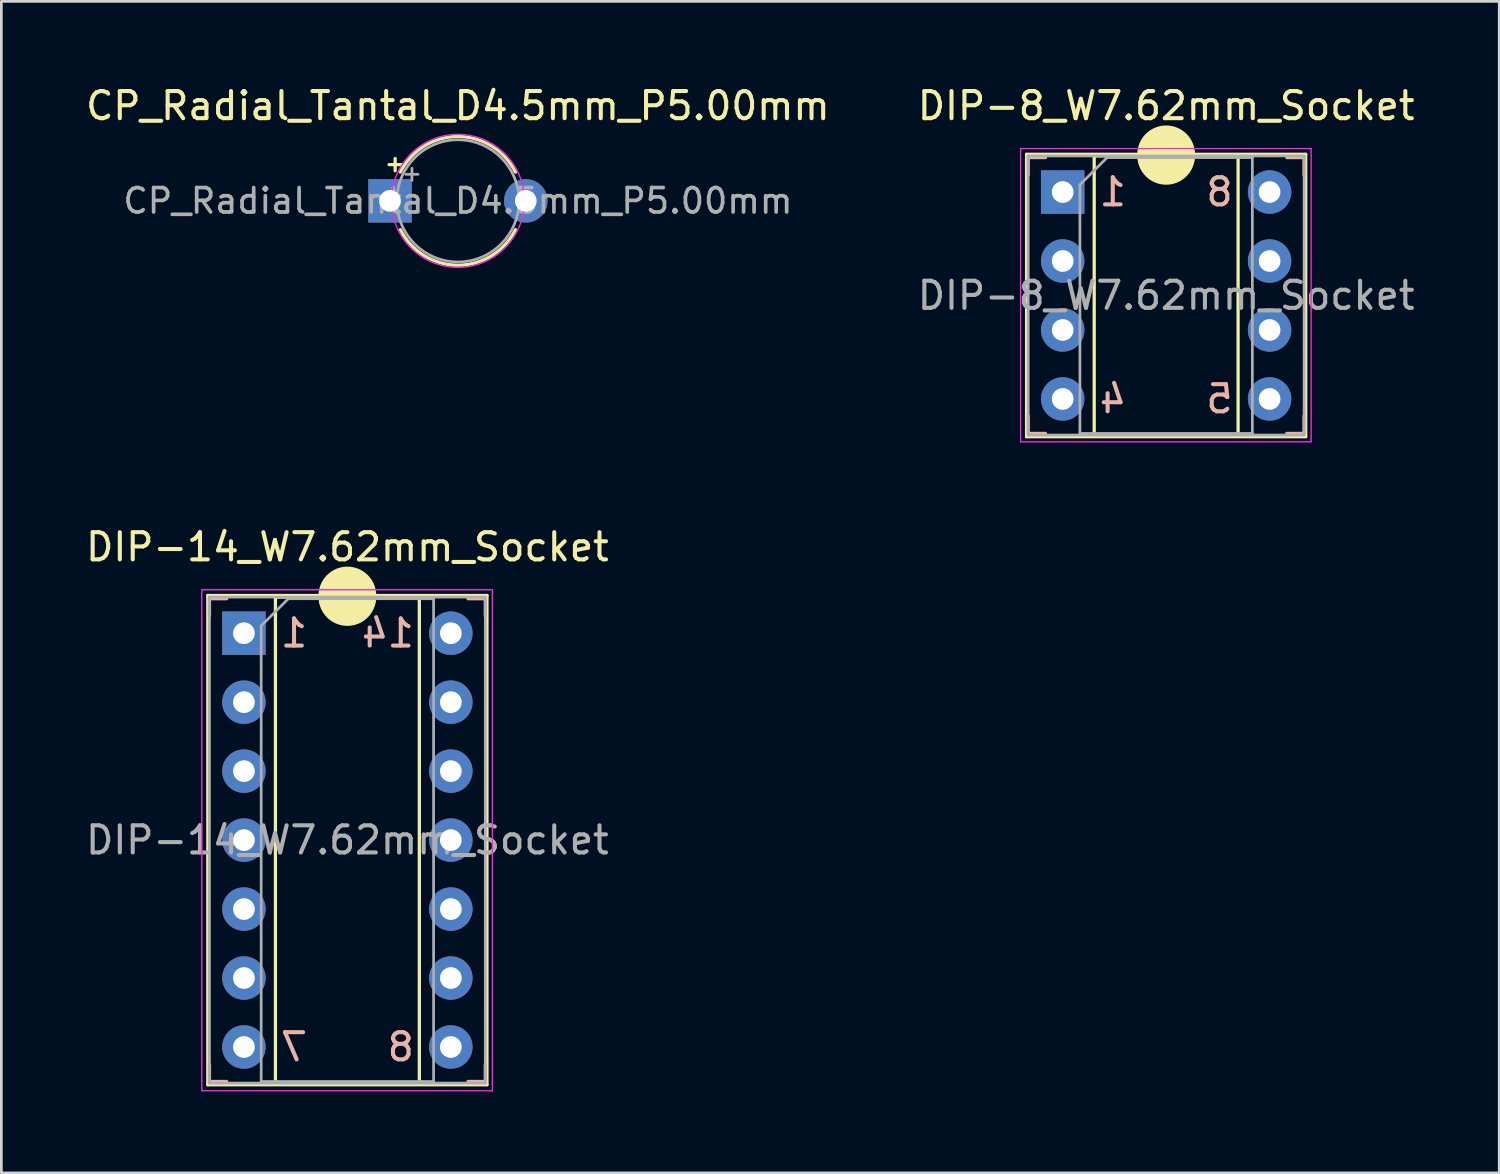
<source format=kicad_pcb>
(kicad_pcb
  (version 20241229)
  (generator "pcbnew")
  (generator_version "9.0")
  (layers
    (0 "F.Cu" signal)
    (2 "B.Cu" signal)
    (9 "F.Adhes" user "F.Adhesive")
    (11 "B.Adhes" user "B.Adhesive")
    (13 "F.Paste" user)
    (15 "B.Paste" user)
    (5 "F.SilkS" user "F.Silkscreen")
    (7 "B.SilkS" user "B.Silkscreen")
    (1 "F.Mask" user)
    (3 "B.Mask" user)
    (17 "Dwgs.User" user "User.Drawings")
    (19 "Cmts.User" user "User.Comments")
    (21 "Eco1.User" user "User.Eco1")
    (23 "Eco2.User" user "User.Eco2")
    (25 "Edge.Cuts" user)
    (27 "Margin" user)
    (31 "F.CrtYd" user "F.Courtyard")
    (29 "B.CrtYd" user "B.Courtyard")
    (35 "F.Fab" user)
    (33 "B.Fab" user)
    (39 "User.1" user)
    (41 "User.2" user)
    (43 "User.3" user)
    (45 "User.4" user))
  (footprint "CP_Radial_Tantal_D4.5mm_P5.00mm"
    (layer "F.Cu")
    (at 11.315 4.348)
    (property "Reference" "CP_Radial_Tantal_D4.5mm_P5.00mm" (at 2.5 -3.5 0) (layer "F.SilkS") (effects (font (size 1 1) (thickness 0.15))))
    (attr through_hole)
    (fp_line (start -0.037 -1.335) (end 0.413 -1.335) (stroke (width 0.12) (type solid)) (layer "F.SilkS"))
    (fp_line (start 0.188 -1.56) (end 0.188 -1.11) (stroke (width 0.12) (type solid)) (layer "F.SilkS"))
    (fp_arc (start 0.380259 -1.06) (mid 2.5 -2.37) (end 4.619741 -1.06) (stroke (width 0.12) (type solid)) (layer "F.SilkS"))
    (fp_arc (start 4.619741 1.06) (mid 2.5 2.37) (end 0.380259 1.06) (stroke (width 0.12) (type solid)) (layer "F.SilkS"))
    (fp_circle (center 2.5 0) (end 4.95 0) (stroke (width 0.05) (type solid)) (fill no) (layer "F.CrtYd"))
    (fp_line (start 0.582 -0.978) (end 1.032 -0.978) (stroke (width 0.1) (type solid)) (layer "F.Fab"))
    (fp_line (start 0.807 -1.202) (end 0.807 -0.752) (stroke (width 0.1) (type solid)) (layer "F.Fab"))
    (fp_circle (center 2.5 0) (end 4.75 0) (stroke (width 0.1) (type solid)) (fill no) (layer "F.Fab"))
    (fp_text user "${REFERENCE}" (at 2.5 0 0) (layer "F.Fab") (effects (font (size 0.9 0.9) (thickness 0.135))))
    (pad "1" thru_hole rect (at 0 0) (size 1.6 1.6) (drill 0.8) (layers "*.Cu" "*.Mask"))
    (pad "2" thru_hole circle (at 5 0) (size 1.6 1.6) (drill 0.8) (layers "*.Cu" "*.Mask")))
  (footprint "DIP-8_W7.62mm_Socket"
    (layer "F.Cu")
    (at 36.089 4.023)
    (property "Reference" "DIP-8_W7.62mm_Socket" (at 3.81 -3.175 0) (layer "F.SilkS") (effects (font (size 1 1) (thickness 0.15))))
    (attr through_hole)
    (fp_line (start -1.33 -1.39) (end -1.33 9.01) (stroke (width 0.12) (type solid)) (layer "F.SilkS"))
    (fp_line (start -1.33 9.01) (end 8.95 9.01) (stroke (width 0.12) (type solid)) (layer "F.SilkS"))
    (fp_line (start 1.16 -1.33) (end 1.16 8.95) (stroke (width 0.12) (type solid)) (layer "F.SilkS"))
    (fp_line (start 1.16 8.95) (end 6.46 8.95) (stroke (width 0.12) (type solid)) (layer "F.SilkS"))
    (fp_line (start 2.81 -1.33) (end 1.16 -1.33) (stroke (width 0.12) (type solid)) (layer "F.SilkS"))
    (fp_line (start 6.46 -1.33) (end 4.81 -1.33) (stroke (width 0.12) (type solid)) (layer "F.SilkS"))
    (fp_line (start 6.46 8.95) (end 6.46 -1.33) (stroke (width 0.12) (type solid)) (layer "F.SilkS"))
    (fp_line (start 8.95 -1.39) (end -1.33 -1.39) (stroke (width 0.12) (type solid)) (layer "F.SilkS"))
    (fp_line (start 8.95 9.01) (end 8.95 -1.39) (stroke (width 0.12) (type solid)) (layer "F.SilkS"))
    (fp_arc (start 4.81 -1.33) (mid 3.81 -0.33) (end 2.81 -1.33) (stroke (width 0.12) (type solid)) (layer "F.SilkS"))
    (fp_circle (center 3.81 -1.39) (end 4.812 -1.39) (stroke (width 0.12) (type solid)) (fill yes) (layer "F.SilkS"))
    (fp_line (start -1.27 -1.27) (end -0.635 -1.27) (stroke (width 0.12) (type solid)) (layer "B.SilkS"))
    (fp_line (start -1.27 -0.635) (end -1.27 -1.27) (stroke (width 0.12) (type solid)) (layer "B.SilkS"))
    (fp_line (start -1.27 8.255) (end -1.27 8.89) (stroke (width 0.12) (type solid)) (layer "B.SilkS"))
    (fp_line (start -1.27 8.89) (end -0.635 8.89) (stroke (width 0.12) (type solid)) (layer "B.SilkS"))
    (fp_line (start 8.255 -1.27) (end 8.89 -1.27) (stroke (width 0.12) (type solid)) (layer "B.SilkS"))
    (fp_line (start 8.89 -1.27) (end 8.89 -0.635) (stroke (width 0.12) (type solid)) (layer "B.SilkS"))
    (fp_line (start 8.89 8.255) (end 8.89 8.89) (stroke (width 0.12) (type solid)) (layer "B.SilkS"))
    (fp_line (start 8.89 8.89) (end 8.255 8.89) (stroke (width 0.12) (type solid)) (layer "B.SilkS"))
    (fp_line (start -1.55 -1.6) (end -1.55 9.2) (stroke (width 0.05) (type solid)) (layer "F.CrtYd"))
    (fp_line (start -1.55 9.2) (end 9.15 9.2) (stroke (width 0.05) (type solid)) (layer "F.CrtYd"))
    (fp_line (start 9.15 -1.6) (end -1.55 -1.6) (stroke (width 0.05) (type solid)) (layer "F.CrtYd"))
    (fp_line (start 9.15 9.2) (end 9.15 -1.6) (stroke (width 0.05) (type solid)) (layer "F.CrtYd"))
    (fp_line (start -1.27 -1.33) (end -1.27 8.95) (stroke (width 0.1) (type solid)) (layer "F.Fab"))
    (fp_line (start -1.27 8.95) (end 8.89 8.95) (stroke (width 0.1) (type solid)) (layer "F.Fab"))
    (fp_line (start 0.635 -0.27) (end 1.635 -1.27) (stroke (width 0.1) (type solid)) (layer "F.Fab"))
    (fp_line (start 0.635 8.89) (end 0.635 -0.27) (stroke (width 0.1) (type solid)) (layer "F.Fab"))
    (fp_line (start 1.635 -1.27) (end 6.985 -1.27) (stroke (width 0.1) (type solid)) (layer "F.Fab"))
    (fp_line (start 6.985 -1.27) (end 6.985 8.89) (stroke (width 0.1) (type solid)) (layer "F.Fab"))
    (fp_line (start 6.985 8.89) (end 0.635 8.89) (stroke (width 0.1) (type solid)) (layer "F.Fab"))
    (fp_line (start 8.89 -1.33) (end -1.27 -1.33) (stroke (width 0.1) (type solid)) (layer "F.Fab"))
    (fp_line (start 8.89 8.95) (end 8.89 -1.33) (stroke (width 0.1) (type solid)) (layer "F.Fab"))
    (fp_text user "8" (at 6.35 0 0) (unlocked yes) (layer "B.SilkS") (effects (font (size 1 1) (thickness 0.15)) (justify left mirror)))
    (fp_text user "1" (at 1.27 0 0) (unlocked yes) (layer "B.SilkS") (effects (font (size 1 1) (thickness 0.15)) (justify right mirror)))
    (fp_text user "4" (at 1.27 7.62 0) (unlocked yes) (layer "B.SilkS") (effects (font (size 1 1) (thickness 0.15)) (justify right mirror)))
    (fp_text user "5" (at 6.35 7.62 0) (unlocked yes) (layer "B.SilkS") (effects (font (size 1 1) (thickness 0.15)) (justify left mirror)))
    (fp_text user "${REFERENCE}" (at 3.81 3.81 0) (layer "F.Fab") (effects (font (size 1 1) (thickness 0.15))))
    (pad "1" thru_hole rect (at 0 0) (size 1.6 1.6) (drill 0.8) (layers "*.Cu" "*.Mask"))
    (pad "2" thru_hole oval (at 0 2.54) (size 1.6 1.6) (drill 0.8) (layers "*.Cu" "*.Mask"))
    (pad "3" thru_hole oval (at 0 5.08) (size 1.6 1.6) (drill 0.8) (layers "*.Cu" "*.Mask"))
    (pad "4" thru_hole oval (at 0 7.62) (size 1.6 1.6) (drill 0.8) (layers "*.Cu" "*.Mask"))
    (pad "5" thru_hole oval (at 7.62 7.62) (size 1.6 1.6) (drill 0.8) (layers "*.Cu" "*.Mask"))
    (pad "6" thru_hole oval (at 7.62 5.08) (size 1.6 1.6) (drill 0.8) (layers "*.Cu" "*.Mask"))
    (pad "7" thru_hole oval (at 7.62 2.54) (size 1.6 1.6) (drill 0.8) (layers "*.Cu" "*.Mask"))
    (pad "8" thru_hole oval (at 7.62 0) (size 1.6 1.6) (drill 0.8) (layers "*.Cu" "*.Mask")))
  (footprint "DIP-14_W7.62mm_Socket"
    (layer "F.Cu")
    (at 5.934 20.271)
    (property "Reference" "DIP-14_W7.62mm_Socket" (at 3.81 -3.175 0) (layer "F.SilkS") (effects (font (size 1 1) (thickness 0.15))))
    (attr through_hole)
    (fp_line (start -1.33 -1.39) (end -1.33 16.63) (stroke (width 0.12) (type solid)) (layer "F.SilkS"))
    (fp_line (start -1.33 16.63) (end 8.95 16.63) (stroke (width 0.12) (type solid)) (layer "F.SilkS"))
    (fp_line (start 1.16 -1.33) (end 1.16 16.57) (stroke (width 0.12) (type solid)) (layer "F.SilkS"))
    (fp_line (start 1.16 16.57) (end 6.46 16.57) (stroke (width 0.12) (type solid)) (layer "F.SilkS"))
    (fp_line (start 2.81 -1.33) (end 1.16 -1.33) (stroke (width 0.12) (type solid)) (layer "F.SilkS"))
    (fp_line (start 6.46 -1.33) (end 4.81 -1.33) (stroke (width 0.12) (type solid)) (layer "F.SilkS"))
    (fp_line (start 6.46 16.57) (end 6.46 -1.33) (stroke (width 0.12) (type solid)) (layer "F.SilkS"))
    (fp_line (start 8.95 -1.39) (end -1.33 -1.39) (stroke (width 0.12) (type solid)) (layer "F.SilkS"))
    (fp_line (start 8.95 16.63) (end 8.95 -1.39) (stroke (width 0.12) (type solid)) (layer "F.SilkS"))
    (fp_arc (start 4.81 -1.33) (mid 3.81 -0.33) (end 2.81 -1.33) (stroke (width 0.12) (type solid)) (layer "F.SilkS"))
    (fp_circle (center 3.81 -1.39) (end 4.812 -1.39) (stroke (width 0.12) (type solid)) (fill yes) (layer "F.SilkS"))
    (fp_line (start -1.27 -1.27) (end -0.635 -1.27) (stroke (width 0.12) (type solid)) (layer "B.SilkS"))
    (fp_line (start -1.27 -0.635) (end -1.27 -1.27) (stroke (width 0.12) (type solid)) (layer "B.SilkS"))
    (fp_line (start -1.27 15.875) (end -1.27 16.51) (stroke (width 0.12) (type solid)) (layer "B.SilkS"))
    (fp_line (start -1.27 16.51) (end -0.635 16.51) (stroke (width 0.12) (type solid)) (layer "B.SilkS"))
    (fp_line (start 8.255 -1.27) (end 8.89 -1.27) (stroke (width 0.12) (type solid)) (layer "B.SilkS"))
    (fp_line (start 8.89 -1.27) (end 8.89 -0.635) (stroke (width 0.12) (type solid)) (layer "B.SilkS"))
    (fp_line (start 8.89 15.875) (end 8.89 16.51) (stroke (width 0.12) (type solid)) (layer "B.SilkS"))
    (fp_line (start 8.89 16.51) (end 8.255 16.51) (stroke (width 0.12) (type solid)) (layer "B.SilkS"))
    (fp_line (start -1.55 -1.6) (end -1.55 16.85) (stroke (width 0.05) (type solid)) (layer "F.CrtYd"))
    (fp_line (start -1.55 16.85) (end 9.15 16.85) (stroke (width 0.05) (type solid)) (layer "F.CrtYd"))
    (fp_line (start 9.15 -1.6) (end -1.55 -1.6) (stroke (width 0.05) (type solid)) (layer "F.CrtYd"))
    (fp_line (start 9.15 16.85) (end 9.15 -1.6) (stroke (width 0.05) (type solid)) (layer "F.CrtYd"))
    (fp_line (start -1.27 -1.33) (end -1.27 16.57) (stroke (width 0.1) (type solid)) (layer "F.Fab"))
    (fp_line (start -1.27 16.57) (end 8.89 16.57) (stroke (width 0.1) (type solid)) (layer "F.Fab"))
    (fp_line (start 0.635 -0.27) (end 1.635 -1.27) (stroke (width 0.1) (type solid)) (layer "F.Fab"))
    (fp_line (start 0.635 16.51) (end 0.635 -0.27) (stroke (width 0.1) (type solid)) (layer "F.Fab"))
    (fp_line (start 1.635 -1.27) (end 6.985 -1.27) (stroke (width 0.1) (type solid)) (layer "F.Fab"))
    (fp_line (start 6.985 -1.27) (end 6.985 16.51) (stroke (width 0.1) (type solid)) (layer "F.Fab"))
    (fp_line (start 6.985 16.51) (end 0.635 16.51) (stroke (width 0.1) (type solid)) (layer "F.Fab"))
    (fp_line (start 8.89 -1.33) (end -1.27 -1.33) (stroke (width 0.1) (type solid)) (layer "F.Fab"))
    (fp_line (start 8.89 16.57) (end 8.89 -1.33) (stroke (width 0.1) (type solid)) (layer "F.Fab"))
    (fp_text user "8" (at 6.35 15.24 0) (unlocked yes) (layer "B.SilkS") (effects (font (size 1 1) (thickness 0.15)) (justify left mirror)))
    (fp_text user "14" (at 6.35 0 0) (unlocked yes) (layer "B.SilkS") (effects (font (size 1 1) (thickness 0.15)) (justify left mirror)))
    (fp_text user "7" (at 1.27 15.24 0) (unlocked yes) (layer "B.SilkS") (effects (font (size 1 1) (thickness 0.15)) (justify right mirror)))
    (fp_text user "1" (at 1.27 0 0) (unlocked yes) (layer "B.SilkS") (effects (font (size 1 1) (thickness 0.15)) (justify right mirror)))
    (fp_text user "${REFERENCE}" (at 3.81 7.62 0) (layer "F.Fab") (effects (font (size 1 1) (thickness 0.15))))
    (pad "1" thru_hole rect (at 0 0) (size 1.6 1.6) (drill 0.8) (layers "*.Cu" "*.Mask"))
    (pad "2" thru_hole oval (at 0 2.54) (size 1.6 1.6) (drill 0.8) (layers "*.Cu" "*.Mask"))
    (pad "3" thru_hole oval (at 0 5.08) (size 1.6 1.6) (drill 0.8) (layers "*.Cu" "*.Mask"))
    (pad "4" thru_hole oval (at 0 7.62) (size 1.6 1.6) (drill 0.8) (layers "*.Cu" "*.Mask"))
    (pad "5" thru_hole oval (at 0 10.16) (size 1.6 1.6) (drill 0.8) (layers "*.Cu" "*.Mask"))
    (pad "6" thru_hole oval (at 0 12.7) (size 1.6 1.6) (drill 0.8) (layers "*.Cu" "*.Mask"))
    (pad "7" thru_hole oval (at 0 15.24) (size 1.6 1.6) (drill 0.8) (layers "*.Cu" "*.Mask"))
    (pad "8" thru_hole oval (at 7.62 15.24) (size 1.6 1.6) (drill 0.8) (layers "*.Cu" "*.Mask"))
    (pad "9" thru_hole oval (at 7.62 12.7) (size 1.6 1.6) (drill 0.8) (layers "*.Cu" "*.Mask"))
    (pad "10" thru_hole oval (at 7.62 10.16) (size 1.6 1.6) (drill 0.8) (layers "*.Cu" "*.Mask"))
    (pad "11" thru_hole oval (at 7.62 7.62) (size 1.6 1.6) (drill 0.8) (layers "*.Cu" "*.Mask"))
    (pad "12" thru_hole oval (at 7.62 5.08) (size 1.6 1.6) (drill 0.8) (layers "*.Cu" "*.Mask"))
    (pad "13" thru_hole oval (at 7.62 2.54) (size 1.6 1.6) (drill 0.8) (layers "*.Cu" "*.Mask"))
    (pad "14" thru_hole oval (at 7.62 0) (size 1.6 1.6) (drill 0.8) (layers "*.Cu" "*.Mask")))
  (gr_rect
    (start -3 -3)
    (end 52.167 40.147)
    (stroke (width 0.1) (type default))
    (fill no)
    (layer "Edge.Cuts")))
</source>
